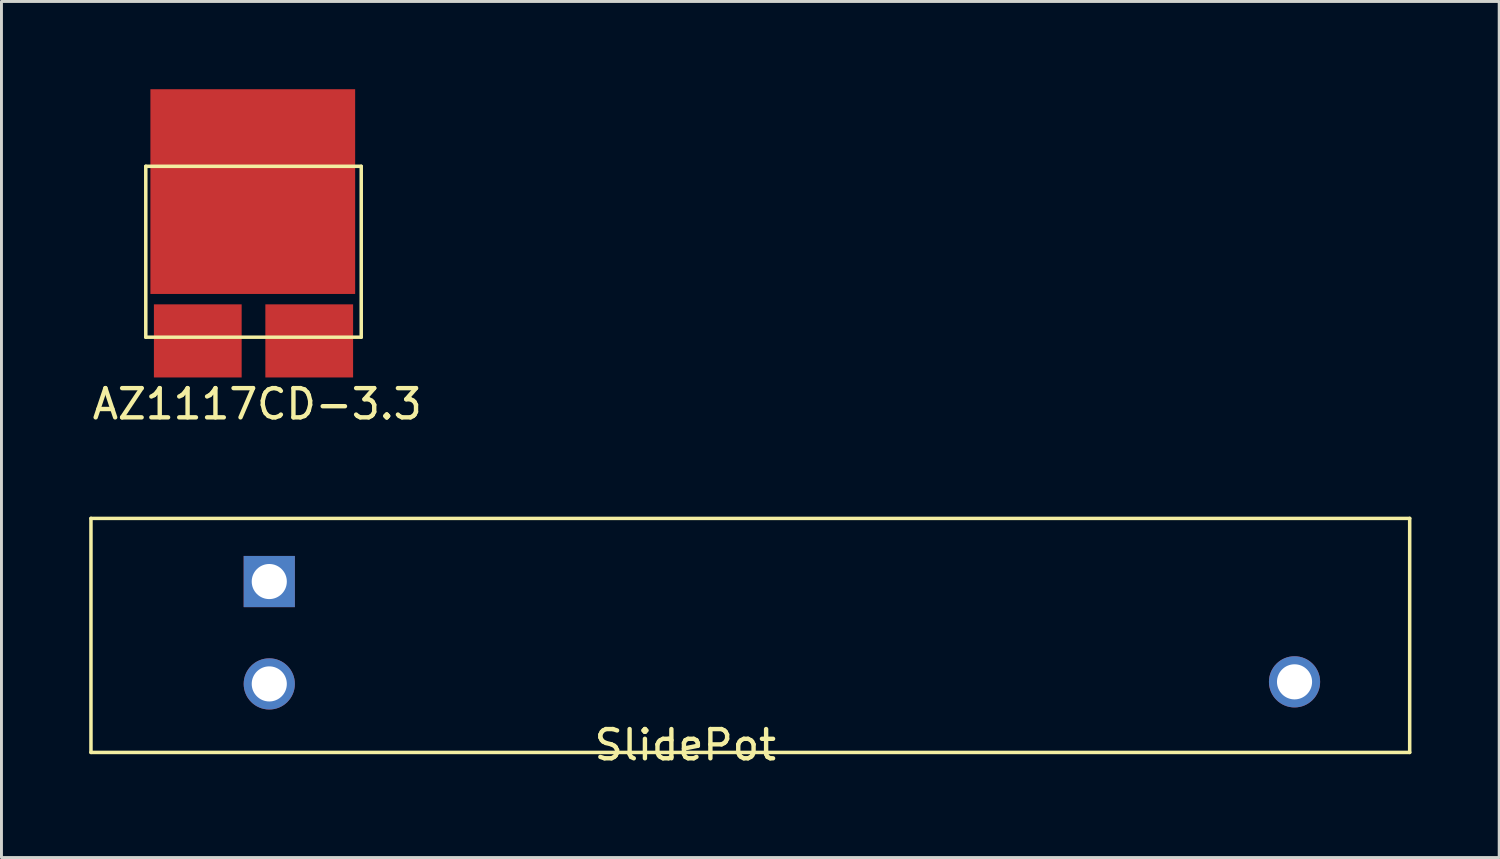
<source format=kicad_pcb>
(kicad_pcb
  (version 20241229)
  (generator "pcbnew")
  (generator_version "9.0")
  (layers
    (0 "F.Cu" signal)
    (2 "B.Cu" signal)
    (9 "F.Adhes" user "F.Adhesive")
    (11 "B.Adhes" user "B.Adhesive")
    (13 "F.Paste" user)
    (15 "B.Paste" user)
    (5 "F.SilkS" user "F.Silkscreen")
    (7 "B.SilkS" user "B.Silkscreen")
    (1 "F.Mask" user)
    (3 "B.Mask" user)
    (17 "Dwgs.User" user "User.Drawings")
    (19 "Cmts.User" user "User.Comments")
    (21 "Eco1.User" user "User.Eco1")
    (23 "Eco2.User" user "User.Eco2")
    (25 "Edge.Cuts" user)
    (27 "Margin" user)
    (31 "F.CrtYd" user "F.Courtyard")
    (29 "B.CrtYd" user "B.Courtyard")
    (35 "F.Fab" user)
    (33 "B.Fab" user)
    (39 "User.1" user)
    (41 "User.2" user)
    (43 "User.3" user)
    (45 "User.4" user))
  (footprint "AZ1117CD-3.3"
    (layer "F.Cu")
    (at 5.744 5.176)
    (property "Reference" "AZ1117CD-3.3" (at 0 5.588 0) (layer "F.SilkS") (effects (font (size 1 1) (thickness 0.15))))
    (attr through_hole)
    (fp_line (start -3.81 -2.54) (end 3.556 -2.54) (stroke (width 0.12) (type solid)) (layer "F.SilkS"))
    (fp_line (start -3.81 3.302) (end -3.81 -2.54) (stroke (width 0.12) (type solid)) (layer "F.SilkS"))
    (fp_line (start 3.556 -2.54) (end 3.556 3.302) (stroke (width 0.12) (type solid)) (layer "F.SilkS"))
    (fp_line (start 3.556 3.302) (end -3.81 3.302) (stroke (width 0.12) (type solid)) (layer "F.SilkS"))
    (pad "1" smd rect (at -2.032 3.429) (size 3 2.5) (layers "F.Cu" "F.Mask" "F.Paste"))
    (pad "2" smd rect (at 1.778 3.429) (size 3 2.5) (layers "F.Cu" "F.Mask" "F.Paste"))
    (pad "3" smd rect (at -0.152 -1.676) (size 7 7) (layers "F.Cu" "F.Mask" "F.Paste")))
  (footprint "SlidePot"
    (layer "F.Cu")
    (at 20.38 18.483)
    (property "Reference" "SlidePot" (at 0 3.937 0) (layer "F.SilkS") (effects (font (size 1 1) (thickness 0.15))))
    (attr through_hole)
    (fp_line (start -20.32 -3.81) (end 24.765 -3.81) (stroke (width 0.12) (type solid)) (layer "F.SilkS"))
    (fp_line (start -20.32 4.191) (end -20.32 -3.81) (stroke (width 0.12) (type solid)) (layer "F.SilkS"))
    (fp_line (start 24.765 -3.81) (end 24.765 4.191) (stroke (width 0.12) (type solid)) (layer "F.SilkS"))
    (fp_line (start 24.765 4.191) (end -20.32 4.191) (stroke (width 0.12) (type solid)) (layer "F.SilkS"))
    (pad "1" thru_hole rect (at -14.224 -1.651) (size 1.75 1.75) (drill 1.2) (layers "*.Cu" "*.Mask"))
    (pad "2" thru_hole circle (at -14.224 1.849) (size 1.75 1.75) (drill 1.2) (layers "*.Cu" "*.Mask"))
    (pad "3" thru_hole circle (at 20.828 1.778) (size 1.75 1.75) (drill 1.2) (layers "*.Cu" "*.Mask")))
  (gr_rect
    (start -3 -3)
    (end 48.205 26.268)
    (stroke (width 0.1) (type default))
    (fill no)
    (layer "Edge.Cuts")))
</source>
